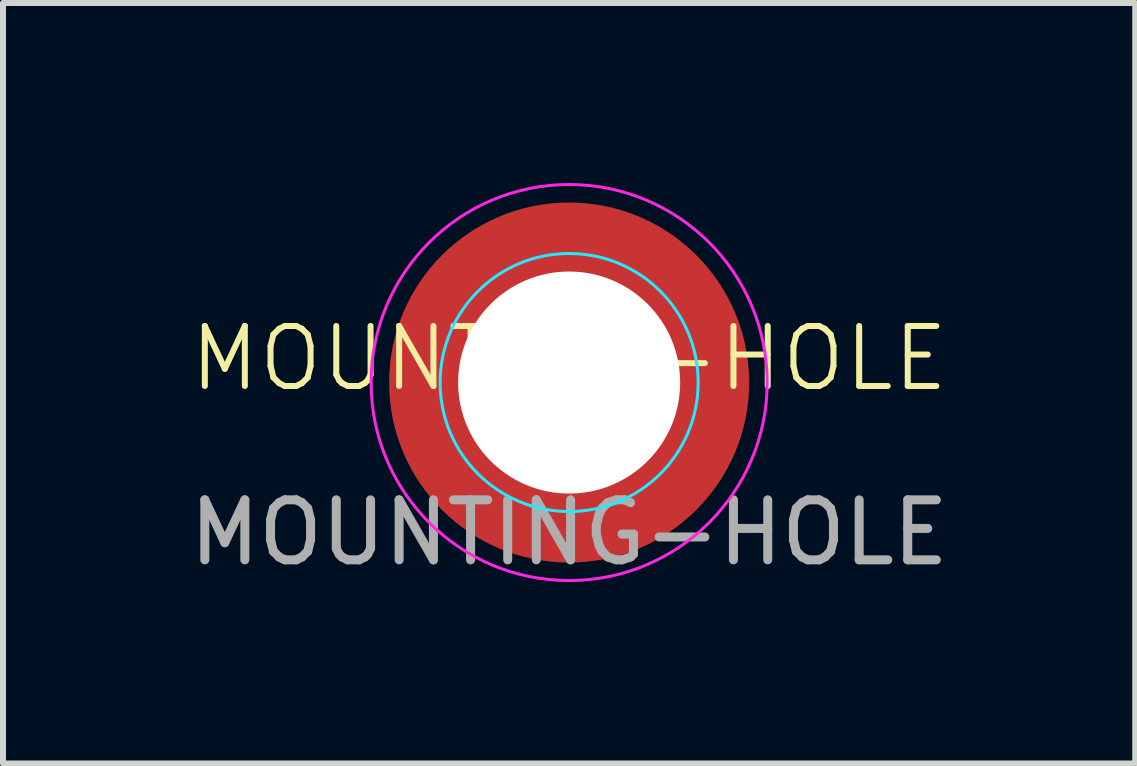
<source format=kicad_pcb>
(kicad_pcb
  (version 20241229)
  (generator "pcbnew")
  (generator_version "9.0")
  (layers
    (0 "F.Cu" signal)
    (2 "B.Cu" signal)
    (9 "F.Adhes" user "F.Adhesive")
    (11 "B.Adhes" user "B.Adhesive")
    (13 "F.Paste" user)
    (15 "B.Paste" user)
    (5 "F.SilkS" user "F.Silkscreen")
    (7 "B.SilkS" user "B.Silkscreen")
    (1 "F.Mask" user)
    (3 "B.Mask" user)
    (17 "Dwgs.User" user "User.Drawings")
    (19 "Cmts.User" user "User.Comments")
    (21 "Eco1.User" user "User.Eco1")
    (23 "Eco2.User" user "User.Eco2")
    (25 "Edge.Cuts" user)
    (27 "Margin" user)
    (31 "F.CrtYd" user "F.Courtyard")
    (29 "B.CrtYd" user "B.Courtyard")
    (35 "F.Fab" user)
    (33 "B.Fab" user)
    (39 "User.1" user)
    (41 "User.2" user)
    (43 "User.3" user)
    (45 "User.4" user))
  (footprint "MOUNTING-HOLE"
    (layer "F.Cu")
    (at 6.435 3.325)
    (property "Reference" "MOUNTING-HOLE" (at 0 -0.4 0) (unlocked yes) (layer "F.SilkS") (effects (font (size 1 1) (thickness 0.1))))
    (fp_circle (center 0 0) (end 2.15 0) (stroke (width 0.05) (type default)) (fill no) (layer "B.CrtYd"))
    (fp_circle (center 0 0) (end 3.3 0) (stroke (width 0.05) (type default)) (fill no) (layer "F.CrtYd"))
    (fp_text user "${REFERENCE}" (at 0 2.5 0) (unlocked yes) (layer "F.Fab") (effects (font (size 1 1) (thickness 0.15))))
    (pad "" np_thru_hole circle (at 0 0) (size 6 6) (drill 3.7) (layers "F.Cu" "F.Mask")))
  (gr_rect
    (start -3 -3)
    (end 15.869 9.673)
    (stroke (width 0.1) (type default))
    (fill no)
    (layer "Edge.Cuts")))
</source>
